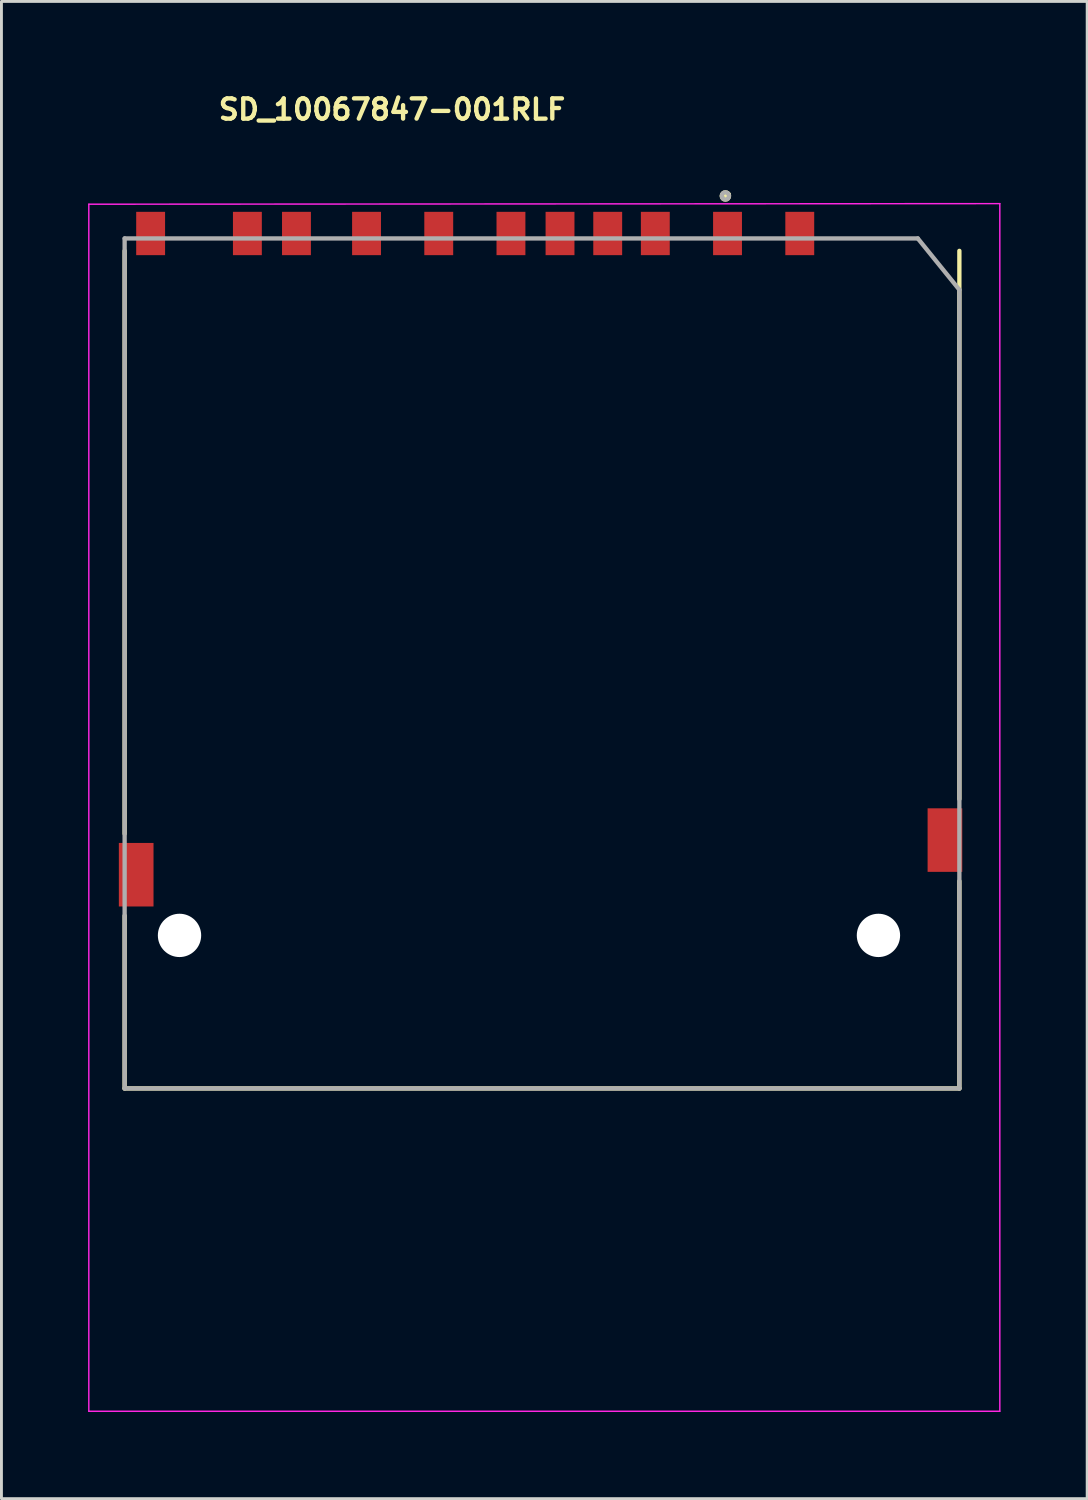
<source format=kicad_pcb>
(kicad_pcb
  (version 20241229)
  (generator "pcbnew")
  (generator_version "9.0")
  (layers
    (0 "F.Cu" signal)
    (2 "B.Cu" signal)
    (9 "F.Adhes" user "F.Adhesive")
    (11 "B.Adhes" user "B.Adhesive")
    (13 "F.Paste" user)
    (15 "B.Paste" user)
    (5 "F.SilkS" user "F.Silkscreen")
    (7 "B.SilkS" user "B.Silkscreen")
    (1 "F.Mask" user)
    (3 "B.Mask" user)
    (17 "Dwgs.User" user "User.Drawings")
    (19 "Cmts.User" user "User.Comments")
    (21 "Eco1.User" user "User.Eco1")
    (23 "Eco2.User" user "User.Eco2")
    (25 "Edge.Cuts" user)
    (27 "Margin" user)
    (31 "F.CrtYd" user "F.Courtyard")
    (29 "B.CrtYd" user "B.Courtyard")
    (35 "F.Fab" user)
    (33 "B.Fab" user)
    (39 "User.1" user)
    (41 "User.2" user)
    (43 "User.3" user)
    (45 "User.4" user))
  (footprint "SD_10067847-001RLF"
    (layer "F.Cu")
    (at 15.765 19.71)
    (property "Reference" "SD_10067847-001RLF" (at -11.325 -18.56 0) (layer "F.SilkS") (effects (font (size 0.7 0.7) (thickness 0.15)) (justify left bottom)))
    (attr smd)
    (fp_line (start -14.5 -14.075) (end -14.5 6.105) (stroke (width 0.15) (type solid)) (layer "F.SilkS"))
    (fp_line (start -14.5 8.942) (end -14.5 14.924) (stroke (width 0.15) (type solid)) (layer "F.SilkS"))
    (fp_line (start -14.5 14.924) (end 14.4 14.924) (stroke (width 0.15) (type solid)) (layer "F.SilkS"))
    (fp_line (start 14.4 -14.075) (end 14.4 4.905) (stroke (width 0.15) (type solid)) (layer "F.SilkS"))
    (fp_line (start 14.4 14.924) (end 14.4 7.745) (stroke (width 0.15) (type solid)) (layer "F.SilkS"))
    (fp_circle (center 6.299 -15.976) (end 6.349 -15.976) (stroke (width 0.15) (type solid)) (fill no) (layer "F.SilkS"))
    (fp_circle (center 6.373 -16.006) (end 6.421 -16.006) (stroke (width 0.15) (type solid)) (fill yes) (layer "F.SilkS"))
    (fp_circle (center 6.373 -16.006) (end 6.421 -16.006) (stroke (width 0.15) (type solid)) (fill yes) (layer "F.SilkS"))
    (fp_line (start -15.74 -15.69) (end 15.8 -15.71) (stroke (width 0.05) (type solid)) (layer "F.CrtYd"))
    (fp_line (start -15.74 26.1) (end -15.74 -15.69) (stroke (width 0.05) (type solid)) (layer "F.CrtYd"))
    (fp_line (start 15.8 -15.71) (end 15.8 26.1) (stroke (width 0.05) (type solid)) (layer "F.CrtYd"))
    (fp_line (start 15.8 26.1) (end -15.74 26.1) (stroke (width 0.05) (type solid)) (layer "F.CrtYd"))
    (fp_line (start -14.5 -14.505) (end 12.961 -14.505) (stroke (width 0.15) (type solid)) (layer "F.Fab"))
    (fp_line (start -14.5 14.924) (end -14.5 -14.505) (stroke (width 0.15) (type solid)) (layer "F.Fab"))
    (fp_line (start 12.961 -14.505) (end 14.4 -12.727) (stroke (width 0.15) (type solid)) (layer "F.Fab"))
    (fp_line (start 14.4 -12.727) (end 14.4 14.924) (stroke (width 0.15) (type solid)) (layer "F.Fab"))
    (fp_line (start 14.4 14.924) (end -14.5 14.924) (stroke (width 0.15) (type solid)) (layer "F.Fab"))
    (fp_circle (center 6.299 -15.976) (end 6.349 -15.976) (stroke (width 0.15) (type solid)) (fill no) (layer "F.Fab"))
    (fp_rect (start -14.225 -15.126) (end 14.224 15.125) (stroke (width 0.15) (type solid)) (fill no) (layer "User.5"))
    (fp_line (start -14.225 -9.625) (end -14.225 -8.125) (stroke (width 0.01) (type solid)) (layer "User.9"))
    (fp_line (start -14.225 -8.125) (end -14.2 -8.125) (stroke (width 0.01) (type solid)) (layer "User.9"))
    (fp_line (start -14.225 12.375) (end -14.225 9.875) (stroke (width 0.01) (type solid)) (layer "User.9"))
    (fp_line (start -14.225 13.125) (end -14.225 15.125) (stroke (width 0.01) (type solid)) (layer "User.9"))
    (fp_line (start -14.225 13.125) (end -13.975 13.125) (stroke (width 0.01) (type solid)) (layer "User.9"))
    (fp_line (start -14.2 -9.625) (end -14.225 -9.625) (stroke (width 0.01) (type solid)) (layer "User.9"))
    (fp_line (start -14.2 9.875) (end -14.225 9.875) (stroke (width 0.01) (type solid)) (layer "User.9"))
    (fp_line (start -14.2 12.375) (end -14.225 12.375) (stroke (width 0.01) (type solid)) (layer "User.9"))
    (fp_line (start -14.2 12.825) (end -14.2 -13.875) (stroke (width 0.01) (type solid)) (layer "User.9"))
    (fp_line (start -14.2 12.825) (end -14.098 12.825) (stroke (width 0.01) (type solid)) (layer "User.9"))
    (fp_line (start -14.098 -13.875) (end -14.2 -13.875) (stroke (width 0.01) (type solid)) (layer "User.9"))
    (fp_line (start -14.098 -13.875) (end -14.098 -13.875) (stroke (width 0.01) (type solid)) (layer "User.9"))
    (fp_line (start -14.098 12.825) (end -14.098 12.825) (stroke (width 0.01) (type solid)) (layer "User.9"))
    (fp_line (start -14.098 12.825) (end -13.85 12.825) (stroke (width 0.01) (type solid)) (layer "User.9"))
    (fp_line (start -13.975 13.125) (end -13.975 12.825) (stroke (width 0.01) (type solid)) (layer "User.9"))
    (fp_line (start -13.85 -13.875) (end -14.098 -13.875) (stroke (width 0.01) (type solid)) (layer "User.9"))
    (fp_line (start -13.85 -13.875) (end 13.849 -13.875) (stroke (width 0.01) (type solid)) (layer "User.9"))
    (fp_line (start -13.776 -14.326) (end -13.776 -15.125) (stroke (width 0.01) (type solid)) (layer "User.9"))
    (fp_line (start -13.776 -14.326) (end -13.575 -14.326) (stroke (width 0.01) (type solid)) (layer "User.9"))
    (fp_line (start -13.575 -15.125) (end -13.776 -15.125) (stroke (width 0.01) (type solid)) (layer "User.9"))
    (fp_line (start -13.575 -14.326) (end -13.475 -14.326) (stroke (width 0.01) (type solid)) (layer "User.9"))
    (fp_line (start -13.475 -15.125) (end -13.575 -15.125) (stroke (width 0.01) (type solid)) (layer "User.9"))
    (fp_line (start -13.475 -13.875) (end -13.475 -15.125) (stroke (width 0.01) (type solid)) (layer "User.9"))
    (fp_line (start -13.325 -15.125) (end -13.475 -15.125) (stroke (width 0.01) (type solid)) (layer "User.9"))
    (fp_line (start -13.325 -13.875) (end -13.325 -15.125) (stroke (width 0.01) (type solid)) (layer "User.9"))
    (fp_line (start -13.26 12.825) (end -13.85 12.825) (stroke (width 0.01) (type solid)) (layer "User.9"))
    (fp_line (start -13.26 13.485) (end -13.244 13.484) (stroke (width 0.01) (type solid)) (layer "User.9"))
    (fp_line (start -13.26 15.125) (end -14.225 15.125) (stroke (width 0.01) (type solid)) (layer "User.9"))
    (fp_line (start -13.26 15.125) (end -13.26 13.485) (stroke (width 0.01) (type solid)) (layer "User.9"))
    (fp_line (start -13.244 12.825) (end -13.26 12.825) (stroke (width 0.01) (type solid)) (layer "User.9"))
    (fp_line (start -13.244 13.484) (end -13.227 13.483) (stroke (width 0.01) (type solid)) (layer "User.9"))
    (fp_line (start -13.227 12.826) (end -13.244 12.825) (stroke (width 0.01) (type solid)) (layer "User.9"))
    (fp_line (start -13.227 13.483) (end -13.21 13.481) (stroke (width 0.01) (type solid)) (layer "User.9"))
    (fp_line (start -13.21 12.828) (end -13.227 12.826) (stroke (width 0.01) (type solid)) (layer "User.9"))
    (fp_line (start -13.21 13.481) (end -13.194 13.478) (stroke (width 0.01) (type solid)) (layer "User.9"))
    (fp_line (start -13.194 12.831) (end -13.21 12.828) (stroke (width 0.01) (type solid)) (layer "User.9"))
    (fp_line (start -13.194 13.478) (end -13.178 13.474) (stroke (width 0.01) (type solid)) (layer "User.9"))
    (fp_line (start -13.178 12.835) (end -13.194 12.831) (stroke (width 0.01) (type solid)) (layer "User.9"))
    (fp_line (start -13.178 13.474) (end -13.162 13.47) (stroke (width 0.01) (type solid)) (layer "User.9"))
    (fp_line (start -13.162 12.839) (end -13.178 12.835) (stroke (width 0.01) (type solid)) (layer "User.9"))
    (fp_line (start -13.162 13.47) (end -13.147 13.465) (stroke (width 0.01) (type solid)) (layer "User.9"))
    (fp_line (start -13.147 12.845) (end -13.162 12.839) (stroke (width 0.01) (type solid)) (layer "User.9"))
    (fp_line (start -13.147 13.465) (end -13.132 13.459) (stroke (width 0.01) (type solid)) (layer "User.9"))
    (fp_line (start -13.132 12.851) (end -13.147 12.845) (stroke (width 0.01) (type solid)) (layer "User.9"))
    (fp_line (start -13.132 13.459) (end -13.117 13.452) (stroke (width 0.01) (type solid)) (layer "User.9"))
    (fp_line (start -13.117 12.857) (end -13.132 12.851) (stroke (width 0.01) (type solid)) (layer "User.9"))
    (fp_line (start -13.117 13.452) (end -13.103 13.445) (stroke (width 0.01) (type solid)) (layer "User.9"))
    (fp_line (start -13.103 12.864) (end -13.117 12.857) (stroke (width 0.01) (type solid)) (layer "User.9"))
    (fp_line (start -13.103 13.445) (end -13.089 13.437) (stroke (width 0.01) (type solid)) (layer "User.9"))
    (fp_line (start -13.089 12.872) (end -13.103 12.864) (stroke (width 0.01) (type solid)) (layer "User.9"))
    (fp_line (start -13.089 13.437) (end -13.076 13.428) (stroke (width 0.01) (type solid)) (layer "User.9"))
    (fp_line (start -13.076 12.881) (end -13.089 12.872) (stroke (width 0.01) (type solid)) (layer "User.9"))
    (fp_line (start -13.076 13.428) (end -13.063 13.419) (stroke (width 0.01) (type solid)) (layer "User.9"))
    (fp_line (start -13.063 12.89) (end -13.076 12.881) (stroke (width 0.01) (type solid)) (layer "User.9"))
    (fp_line (start -13.063 13.419) (end -13.051 13.409) (stroke (width 0.01) (type solid)) (layer "User.9"))
    (fp_line (start -13.051 12.9) (end -13.063 12.89) (stroke (width 0.01) (type solid)) (layer "User.9"))
    (fp_line (start -13.051 13.409) (end -13.039 13.399) (stroke (width 0.01) (type solid)) (layer "User.9"))
    (fp_line (start -13.039 12.91) (end -13.051 12.9) (stroke (width 0.01) (type solid)) (layer "User.9"))
    (fp_line (start -13.039 13.399) (end -13.027 13.388) (stroke (width 0.01) (type solid)) (layer "User.9"))
    (fp_line (start -13.027 12.921) (end -13.039 12.91) (stroke (width 0.01) (type solid)) (layer "User.9"))
    (fp_line (start -13.027 13.388) (end -13.016 13.377) (stroke (width 0.01) (type solid)) (layer "User.9"))
    (fp_line (start -13.016 12.933) (end -13.027 12.921) (stroke (width 0.01) (type solid)) (layer "User.9"))
    (fp_line (start -13.016 13.377) (end -13.006 13.365) (stroke (width 0.01) (type solid)) (layer "User.9"))
    (fp_line (start -13.006 12.945) (end -13.016 12.933) (stroke (width 0.01) (type solid)) (layer "User.9"))
    (fp_line (start -13.006 13.365) (end -12.996 13.352) (stroke (width 0.01) (type solid)) (layer "User.9"))
    (fp_line (start -12.996 12.957) (end -13.006 12.945) (stroke (width 0.01) (type solid)) (layer "User.9"))
    (fp_line (start -12.996 13.352) (end -12.987 13.339) (stroke (width 0.01) (type solid)) (layer "User.9"))
    (fp_line (start -12.987 12.97) (end -12.996 12.957) (stroke (width 0.01) (type solid)) (layer "User.9"))
    (fp_line (start -12.987 13.339) (end -12.978 13.326) (stroke (width 0.01) (type solid)) (layer "User.9"))
    (fp_line (start -12.978 12.984) (end -12.987 12.97) (stroke (width 0.01) (type solid)) (layer "User.9"))
    (fp_line (start -12.978 13.326) (end -12.97 13.312) (stroke (width 0.01) (type solid)) (layer "User.9"))
    (fp_line (start -12.97 12.997) (end -12.978 12.984) (stroke (width 0.01) (type solid)) (layer "User.9"))
    (fp_line (start -12.97 13.312) (end -12.963 13.298) (stroke (width 0.01) (type solid)) (layer "User.9"))
    (fp_line (start -12.963 13.012) (end -12.97 12.997) (stroke (width 0.01) (type solid)) (layer "User.9"))
    (fp_line (start -12.963 13.298) (end -12.956 13.283) (stroke (width 0.01) (type solid)) (layer "User.9"))
    (fp_line (start -12.956 13.026) (end -12.963 13.012) (stroke (width 0.01) (type solid)) (layer "User.9"))
    (fp_line (start -12.956 13.283) (end -12.951 13.268) (stroke (width 0.01) (type solid)) (layer "User.9"))
    (fp_line (start -12.951 13.041) (end -12.956 13.026) (stroke (width 0.01) (type solid)) (layer "User.9"))
    (fp_line (start -12.951 13.268) (end -12.945 13.253) (stroke (width 0.01) (type solid)) (layer "User.9"))
    (fp_line (start -12.945 13.057) (end -12.951 13.041) (stroke (width 0.01) (type solid)) (layer "User.9"))
    (fp_line (start -12.945 13.253) (end -12.941 13.237) (stroke (width 0.01) (type solid)) (layer "User.9"))
    (fp_line (start -12.941 13.072) (end -12.945 13.057) (stroke (width 0.01) (type solid)) (layer "User.9"))
    (fp_line (start -12.941 13.237) (end -12.937 13.221) (stroke (width 0.01) (type solid)) (layer "User.9"))
    (fp_line (start -12.937 13.088) (end -12.941 13.072) (stroke (width 0.01) (type solid)) (layer "User.9"))
    (fp_line (start -12.937 13.221) (end -12.934 13.205) (stroke (width 0.01) (type solid)) (layer "User.9"))
    (fp_line (start -12.934 13.104) (end -12.937 13.088) (stroke (width 0.01) (type solid)) (layer "User.9"))
    (fp_line (start -12.934 13.205) (end -12.932 13.188) (stroke (width 0.01) (type solid)) (layer "User.9"))
    (fp_line (start -12.932 13.121) (end -12.934 13.104) (stroke (width 0.01) (type solid)) (layer "User.9"))
    (fp_line (start -12.932 13.188) (end -12.931 13.172) (stroke (width 0.01) (type solid)) (layer "User.9"))
    (fp_line (start -12.931 13.138) (end -12.932 13.121) (stroke (width 0.01) (type solid)) (layer "User.9"))
    (fp_line (start -12.931 13.172) (end -12.93 13.155) (stroke (width 0.01) (type solid)) (layer "User.9"))
    (fp_line (start -12.93 13.155) (end -12.931 13.138) (stroke (width 0.01) (type solid)) (layer "User.9"))
    (fp_line (start -10.35 -15.125) (end -10.35 -14.476) (stroke (width 0.01) (type solid)) (layer "User.9"))
    (fp_line (start -10.35 -15.125) (end -9.95 -15.125) (stroke (width 0.01) (type solid)) (layer "User.9"))
    (fp_line (start -10.35 -14.476) (end -10.35 -14.247) (stroke (width 0.01) (type solid)) (layer "User.9"))
    (fp_line (start -10.35 -14.247) (end -10.35 -13.875) (stroke (width 0.01) (type solid)) (layer "User.9"))
    (fp_line (start -9.95 -14.476) (end -9.95 -15.125) (stroke (width 0.01) (type solid)) (layer "User.9"))
    (fp_line (start -9.95 -14.247) (end -9.95 -14.476) (stroke (width 0.01) (type solid)) (layer "User.9"))
    (fp_line (start -9.95 -13.875) (end -9.95 -14.247) (stroke (width 0.01) (type solid)) (layer "User.9"))
    (fp_line (start -9.901 1.125) (end -9.901 7.125) (stroke (width 0.01) (type solid)) (layer "User.9"))
    (fp_line (start -9.901 7.125) (end -9.9 7.135) (stroke (width 0.01) (type solid)) (layer "User.9"))
    (fp_line (start -9.9 7.135) (end -9.899 7.145) (stroke (width 0.01) (type solid)) (layer "User.9"))
    (fp_line (start -9.899 7.145) (end -9.898 7.155) (stroke (width 0.01) (type solid)) (layer "User.9"))
    (fp_line (start -9.898 7.155) (end -9.896 7.165) (stroke (width 0.01) (type solid)) (layer "User.9"))
    (fp_line (start -9.896 7.165) (end -9.894 7.175) (stroke (width 0.01) (type solid)) (layer "User.9"))
    (fp_line (start -9.894 7.175) (end -9.891 7.184) (stroke (width 0.01) (type solid)) (layer "User.9"))
    (fp_line (start -9.891 7.184) (end -9.888 7.193) (stroke (width 0.01) (type solid)) (layer "User.9"))
    (fp_line (start -9.888 7.193) (end -9.885 7.202) (stroke (width 0.01) (type solid)) (layer "User.9"))
    (fp_line (start -9.885 7.202) (end -9.881 7.211) (stroke (width 0.01) (type solid)) (layer "User.9"))
    (fp_line (start -9.881 7.211) (end -9.876 7.22) (stroke (width 0.01) (type solid)) (layer "User.9"))
    (fp_line (start -9.88 6.386) (end -9.901 6.405) (stroke (width 0.01) (type solid)) (layer "User.9"))
    (fp_line (start -9.876 7.22) (end -9.871 7.228) (stroke (width 0.01) (type solid)) (layer "User.9"))
    (fp_line (start -9.871 7.228) (end -9.866 7.236) (stroke (width 0.01) (type solid)) (layer "User.9"))
    (fp_line (start -9.866 7.236) (end -9.861 7.244) (stroke (width 0.01) (type solid)) (layer "User.9"))
    (fp_line (start -9.861 6.367) (end -9.88 6.386) (stroke (width 0.01) (type solid)) (layer "User.9"))
    (fp_line (start -9.861 7.244) (end -9.855 7.252) (stroke (width 0.01) (type solid)) (layer "User.9"))
    (fp_line (start -9.855 7.252) (end -9.848 7.259) (stroke (width 0.01) (type solid)) (layer "User.9"))
    (fp_line (start -9.848 7.259) (end -9.842 7.266) (stroke (width 0.01) (type solid)) (layer "User.9"))
    (fp_line (start -9.843 6.347) (end -9.861 6.367) (stroke (width 0.01) (type solid)) (layer "User.9"))
    (fp_line (start -9.842 7.266) (end -9.835 7.272) (stroke (width 0.01) (type solid)) (layer "User.9"))
    (fp_line (start -9.835 7.272) (end -9.828 7.279) (stroke (width 0.01) (type solid)) (layer "User.9"))
    (fp_line (start -9.828 7.279) (end -9.82 7.285) (stroke (width 0.01) (type solid)) (layer "User.9"))
    (fp_line (start -9.826 6.326) (end -9.843 6.347) (stroke (width 0.01) (type solid)) (layer "User.9"))
    (fp_line (start -9.82 7.285) (end -9.812 7.29) (stroke (width 0.01) (type solid)) (layer "User.9"))
    (fp_line (start -9.812 7.29) (end -9.804 7.295) (stroke (width 0.01) (type solid)) (layer "User.9"))
    (fp_line (start -9.811 6.304) (end -9.826 6.326) (stroke (width 0.01) (type solid)) (layer "User.9"))
    (fp_line (start -9.804 7.295) (end -9.796 7.3) (stroke (width 0.01) (type solid)) (layer "User.9"))
    (fp_line (start -9.796 6.281) (end -9.811 6.304) (stroke (width 0.01) (type solid)) (layer "User.9"))
    (fp_line (start -9.796 7.3) (end -9.787 7.305) (stroke (width 0.01) (type solid)) (layer "User.9"))
    (fp_line (start -9.787 7.305) (end -9.778 7.309) (stroke (width 0.01) (type solid)) (layer "User.9"))
    (fp_line (start -9.783 6.258) (end -9.796 6.281) (stroke (width 0.01) (type solid)) (layer "User.9"))
    (fp_line (start -9.778 7.309) (end -9.769 7.312) (stroke (width 0.01) (type solid)) (layer "User.9"))
    (fp_line (start -9.771 6.234) (end -9.783 6.258) (stroke (width 0.01) (type solid)) (layer "User.9"))
    (fp_line (start -9.769 7.312) (end -9.76 7.315) (stroke (width 0.01) (type solid)) (layer "User.9"))
    (fp_line (start -9.761 6.209) (end -9.771 6.234) (stroke (width 0.01) (type solid)) (layer "User.9"))
    (fp_line (start -9.76 7.315) (end -9.75 7.318) (stroke (width 0.01) (type solid)) (layer "User.9"))
    (fp_line (start -9.752 6.184) (end -9.761 6.209) (stroke (width 0.01) (type solid)) (layer "User.9"))
    (fp_line (start -9.75 7.318) (end -9.741 7.32) (stroke (width 0.01) (type solid)) (layer "User.9"))
    (fp_line (start -9.744 6.158) (end -9.752 6.184) (stroke (width 0.01) (type solid)) (layer "User.9"))
    (fp_line (start -9.741 7.32) (end -9.731 7.322) (stroke (width 0.01) (type solid)) (layer "User.9"))
    (fp_line (start -9.737 6.132) (end -9.744 6.158) (stroke (width 0.01) (type solid)) (layer "User.9"))
    (fp_line (start -9.732 6.106) (end -9.737 6.132) (stroke (width 0.01) (type solid)) (layer "User.9"))
    (fp_line (start -9.731 7.322) (end -9.721 7.323) (stroke (width 0.01) (type solid)) (layer "User.9"))
    (fp_line (start -9.728 6.079) (end -9.732 6.106) (stroke (width 0.01) (type solid)) (layer "User.9"))
    (fp_line (start -9.726 6.052) (end -9.728 6.079) (stroke (width 0.01) (type solid)) (layer "User.9"))
    (fp_line (start -9.725 2.23) (end -9.726 2.306) (stroke (width 0.01) (type solid)) (layer "User.9"))
    (fp_line (start -9.725 2.306) (end -9.725 6.025) (stroke (width 0.01) (type solid)) (layer "User.9"))
    (fp_line (start -9.725 6.025) (end -9.726 6.052) (stroke (width 0.01) (type solid)) (layer "User.9"))
    (fp_line (start -9.722 2.154) (end -9.725 2.23) (stroke (width 0.01) (type solid)) (layer "User.9"))
    (fp_line (start -9.721 7.323) (end -9.711 7.324) (stroke (width 0.01) (type solid)) (layer "User.9"))
    (fp_line (start -9.717 2.078) (end -9.722 2.154) (stroke (width 0.01) (type solid)) (layer "User.9"))
    (fp_line (start -9.711 7.324) (end -9.701 7.324) (stroke (width 0.01) (type solid)) (layer "User.9"))
    (fp_line (start -9.71 2.002) (end -9.717 2.078) (stroke (width 0.01) (type solid)) (layer "User.9"))
    (fp_line (start -9.702 1.927) (end -9.71 2.002) (stroke (width 0.01) (type solid)) (layer "User.9"))
    (fp_line (start -9.701 7.324) (end -9.701 7.324) (stroke (width 0.01) (type solid)) (layer "User.9"))
    (fp_line (start -9.701 7.324) (end -9.69 7.324) (stroke (width 0.01) (type solid)) (layer "User.9"))
    (fp_line (start -9.691 1.852) (end -9.702 1.927) (stroke (width 0.01) (type solid)) (layer "User.9"))
    (fp_line (start -9.69 7.324) (end -9.68 7.323) (stroke (width 0.01) (type solid)) (layer "User.9"))
    (fp_line (start -9.68 7.323) (end -9.67 7.322) (stroke (width 0.01) (type solid)) (layer "User.9"))
    (fp_line (start -9.679 1.777) (end -9.691 1.852) (stroke (width 0.01) (type solid)) (layer "User.9"))
    (fp_line (start -9.67 7.322) (end -9.66 7.32) (stroke (width 0.01) (type solid)) (layer "User.9"))
    (fp_line (start -9.664 1.703) (end -9.679 1.777) (stroke (width 0.01) (type solid)) (layer "User.9"))
    (fp_line (start -9.66 7.32) (end -9.651 7.318) (stroke (width 0.01) (type solid)) (layer "User.9"))
    (fp_line (start -9.651 7.318) (end -9.641 7.315) (stroke (width 0.01) (type solid)) (layer "User.9"))
    (fp_line (start -9.648 1.629) (end -9.664 1.703) (stroke (width 0.01) (type solid)) (layer "User.9"))
    (fp_line (start -9.641 7.315) (end -9.632 7.312) (stroke (width 0.01) (type solid)) (layer "User.9"))
    (fp_line (start -9.632 7.312) (end -9.623 7.309) (stroke (width 0.01) (type solid)) (layer "User.9"))
    (fp_line (start -9.63 1.555) (end -9.648 1.629) (stroke (width 0.01) (type solid)) (layer "User.9"))
    (fp_line (start -9.623 7.309) (end -9.614 7.305) (stroke (width 0.01) (type solid)) (layer "User.9"))
    (fp_line (start -9.614 7.305) (end -9.605 7.3) (stroke (width 0.01) (type solid)) (layer "User.9"))
    (fp_line (start -9.61 1.482) (end -9.63 1.555) (stroke (width 0.01) (type solid)) (layer "User.9"))
    (fp_line (start -9.605 7.3) (end -9.597 7.295) (stroke (width 0.01) (type solid)) (layer "User.9"))
    (fp_line (start -9.597 7.295) (end -9.589 7.29) (stroke (width 0.01) (type solid)) (layer "User.9"))
    (fp_line (start -9.589 1.41) (end -9.61 1.482) (stroke (width 0.01) (type solid)) (layer "User.9"))
    (fp_line (start -9.589 7.29) (end -9.581 7.285) (stroke (width 0.01) (type solid)) (layer "User.9"))
    (fp_line (start -9.581 7.285) (end -9.573 7.279) (stroke (width 0.01) (type solid)) (layer "User.9"))
    (fp_line (start -9.573 7.279) (end -9.566 7.273) (stroke (width 0.01) (type solid)) (layer "User.9"))
    (fp_line (start -9.566 7.273) (end -9.559 7.266) (stroke (width 0.01) (type solid)) (layer "User.9"))
    (fp_line (start -9.565 1.337) (end -9.589 1.41) (stroke (width 0.01) (type solid)) (layer "User.9"))
    (fp_line (start -9.559 7.266) (end -9.553 7.259) (stroke (width 0.01) (type solid)) (layer "User.9"))
    (fp_line (start -9.553 7.259) (end -9.546 7.252) (stroke (width 0.01) (type solid)) (layer "User.9"))
    (fp_line (start -9.546 7.252) (end -9.54 7.244) (stroke (width 0.01) (type solid)) (layer "User.9"))
    (fp_line (start -9.54 1.266) (end -9.565 1.337) (stroke (width 0.01) (type solid)) (layer "User.9"))
    (fp_line (start -9.54 7.244) (end -9.535 7.236) (stroke (width 0.01) (type solid)) (layer "User.9"))
    (fp_line (start -9.535 7.236) (end -9.53 7.228) (stroke (width 0.01) (type solid)) (layer "User.9"))
    (fp_line (start -9.53 7.228) (end -9.525 7.22) (stroke (width 0.01) (type solid)) (layer "User.9"))
    (fp_line (start -9.525 7.22) (end -9.52 7.211) (stroke (width 0.01) (type solid)) (layer "User.9"))
    (fp_line (start -9.52 7.211) (end -9.516 7.202) (stroke (width 0.01) (type solid)) (layer "User.9"))
    (fp_line (start -9.516 7.202) (end -9.513 7.193) (stroke (width 0.01) (type solid)) (layer "User.9"))
    (fp_line (start -9.513 7.193) (end -9.51 7.184) (stroke (width 0.01) (type solid)) (layer "User.9"))
    (fp_line (start -9.512 1.195) (end -9.54 1.266) (stroke (width 0.01) (type solid)) (layer "User.9"))
    (fp_line (start -9.51 7.184) (end -9.507 7.175) (stroke (width 0.01) (type solid)) (layer "User.9"))
    (fp_line (start -9.507 7.175) (end -9.505 7.165) (stroke (width 0.01) (type solid)) (layer "User.9"))
    (fp_line (start -9.505 7.165) (end -9.503 7.155) (stroke (width 0.01) (type solid)) (layer "User.9"))
    (fp_line (start -9.503 7.155) (end -9.502 7.145) (stroke (width 0.01) (type solid)) (layer "User.9"))
    (fp_line (start -9.502 7.145) (end -9.501 7.135) (stroke (width 0.01) (type solid)) (layer "User.9"))
    (fp_line (start -9.501 7.135) (end -9.5 7.125) (stroke (width 0.01) (type solid)) (layer "User.9"))
    (fp_line (start -9.5 1.825) (end -9.5 1.852) (stroke (width 0.01) (type solid)) (layer "User.9"))
    (fp_line (start -9.5 1.852) (end -7.901 1.852) (stroke (width 0.01) (type solid)) (layer "User.9"))
    (fp_line (start -9.5 2.516) (end -9.5 1.852) (stroke (width 0.01) (type solid)) (layer "User.9"))
    (fp_line (start -9.5 2.516) (end -9.5 2.787) (stroke (width 0.01) (type solid)) (layer "User.9"))
    (fp_line (start -9.5 2.787) (end -9.5 4.035) (stroke (width 0.01) (type solid)) (layer "User.9"))
    (fp_line (start -9.5 4.035) (end -9.5 4.278) (stroke (width 0.01) (type solid)) (layer "User.9"))
    (fp_line (start -9.5 7.125) (end -9.5 4.278) (stroke (width 0.01) (type solid)) (layer "User.9"))
    (fp_line (start -9.483 1.125) (end -9.512 1.195) (stroke (width 0.01) (type solid)) (layer "User.9"))
    (fp_line (start -8.651 -15.125) (end -8.651 -14.476) (stroke (width 0.01) (type solid)) (layer "User.9"))
    (fp_line (start -8.651 -15.125) (end -8.25 -15.125) (stroke (width 0.01) (type solid)) (layer "User.9"))
    (fp_line (start -8.651 -14.476) (end -8.651 -14.247) (stroke (width 0.01) (type solid)) (layer "User.9"))
    (fp_line (start -8.651 -14.247) (end -8.651 -13.875) (stroke (width 0.01) (type solid)) (layer "User.9"))
    (fp_line (start -8.25 -14.476) (end -8.25 -15.125) (stroke (width 0.01) (type solid)) (layer "User.9"))
    (fp_line (start -8.25 -14.247) (end -8.25 -14.476) (stroke (width 0.01) (type solid)) (layer "User.9"))
    (fp_line (start -8.25 -13.875) (end -8.25 -14.247) (stroke (width 0.01) (type solid)) (layer "User.9"))
    (fp_line (start -7.901 1.825) (end -9.5 1.825) (stroke (width 0.01) (type solid)) (layer "User.9"))
    (fp_line (start -7.901 1.852) (end -7.901 1.825) (stroke (width 0.01) (type solid)) (layer "User.9"))
    (fp_line (start -7.901 2.516) (end -7.901 1.852) (stroke (width 0.01) (type solid)) (layer "User.9"))
    (fp_line (start -7.901 2.787) (end -7.901 2.516) (stroke (width 0.01) (type solid)) (layer "User.9"))
    (fp_line (start -7.901 4.035) (end -7.901 2.787) (stroke (width 0.01) (type solid)) (layer "User.9"))
    (fp_line (start -7.901 4.278) (end -7.901 4.035) (stroke (width 0.01) (type solid)) (layer "User.9"))
    (fp_line (start -7.901 4.278) (end -7.901 7.125) (stroke (width 0.01) (type solid)) (layer "User.9"))
    (fp_line (start -7.901 7.125) (end -7.9 7.138) (stroke (width 0.01) (type solid)) (layer "User.9"))
    (fp_line (start -7.9 7.138) (end -7.899 7.151) (stroke (width 0.01) (type solid)) (layer "User.9"))
    (fp_line (start -7.899 7.151) (end -7.897 7.164) (stroke (width 0.01) (type solid)) (layer "User.9"))
    (fp_line (start -7.897 7.164) (end -7.894 7.177) (stroke (width 0.01) (type solid)) (layer "User.9"))
    (fp_line (start -7.894 7.177) (end -7.89 7.189) (stroke (width 0.01) (type solid)) (layer "User.9"))
    (fp_line (start -7.89 7.189) (end -7.885 7.201) (stroke (width 0.01) (type solid)) (layer "User.9"))
    (fp_line (start -7.885 7.201) (end -7.88 7.213) (stroke (width 0.01) (type solid)) (layer "User.9"))
    (fp_line (start -7.88 7.213) (end -7.874 7.225) (stroke (width 0.01) (type solid)) (layer "User.9"))
    (fp_line (start -7.874 7.225) (end -7.867 7.236) (stroke (width 0.01) (type solid)) (layer "User.9"))
    (fp_line (start -7.867 7.236) (end -7.859 7.246) (stroke (width 0.01) (type solid)) (layer "User.9"))
    (fp_line (start -7.859 7.246) (end -7.851 7.256) (stroke (width 0.01) (type solid)) (layer "User.9"))
    (fp_line (start -7.851 7.256) (end -7.842 7.266) (stroke (width 0.01) (type solid)) (layer "User.9"))
    (fp_line (start -7.842 7.266) (end -7.833 7.275) (stroke (width 0.01) (type solid)) (layer "User.9"))
    (fp_line (start -7.833 7.275) (end -7.823 7.283) (stroke (width 0.01) (type solid)) (layer "User.9"))
    (fp_line (start -7.823 7.283) (end -7.812 7.291) (stroke (width 0.01) (type solid)) (layer "User.9"))
    (fp_line (start -7.812 7.291) (end -7.8 7.298) (stroke (width 0.01) (type solid)) (layer "User.9"))
    (fp_line (start -7.8 7.298) (end -7.8 7.298) (stroke (width 0.01) (type solid)) (layer "User.9"))
    (fp_line (start -7.8 7.298) (end -7.789 7.304) (stroke (width 0.01) (type solid)) (layer "User.9"))
    (fp_line (start -7.789 7.304) (end -7.777 7.31) (stroke (width 0.01) (type solid)) (layer "User.9"))
    (fp_line (start -7.777 7.31) (end -7.764 7.314) (stroke (width 0.01) (type solid)) (layer "User.9"))
    (fp_line (start -7.764 7.314) (end -7.752 7.318) (stroke (width 0.01) (type solid)) (layer "User.9"))
    (fp_line (start -7.752 7.318) (end -7.739 7.321) (stroke (width 0.01) (type solid)) (layer "User.9"))
    (fp_line (start -7.739 7.321) (end -7.726 7.323) (stroke (width 0.01) (type solid)) (layer "User.9"))
    (fp_line (start -7.726 7.323) (end -7.713 7.324) (stroke (width 0.01) (type solid)) (layer "User.9"))
    (fp_line (start -7.713 7.324) (end -7.701 7.325) (stroke (width 0.01) (type solid)) (layer "User.9"))
    (fp_line (start -7.701 7.325) (end -7.688 7.324) (stroke (width 0.01) (type solid)) (layer "User.9"))
    (fp_line (start -7.688 7.324) (end -7.675 7.323) (stroke (width 0.01) (type solid)) (layer "User.9"))
    (fp_line (start -7.675 7.323) (end -7.662 7.321) (stroke (width 0.01) (type solid)) (layer "User.9"))
    (fp_line (start -7.662 7.321) (end -7.649 7.318) (stroke (width 0.01) (type solid)) (layer "User.9"))
    (fp_line (start -7.649 7.318) (end -7.637 7.314) (stroke (width 0.01) (type solid)) (layer "User.9"))
    (fp_line (start -7.637 7.314) (end -7.624 7.31) (stroke (width 0.01) (type solid)) (layer "User.9"))
    (fp_line (start -7.624 7.31) (end -7.612 7.304) (stroke (width 0.01) (type solid)) (layer "User.9"))
    (fp_line (start -7.612 7.304) (end -7.6 7.298) (stroke (width 0.01) (type solid)) (layer "User.9"))
    (fp_line (start -7.6 7.298) (end -7.6 7.298) (stroke (width 0.01) (type solid)) (layer "User.9"))
    (fp_line (start -7.6 7.298) (end -7.595 7.294) (stroke (width 0.01) (type solid)) (layer "User.9"))
    (fp_line (start -7.595 7.294) (end -7.589 7.291) (stroke (width 0.01) (type solid)) (layer "User.9"))
    (fp_line (start -7.589 7.291) (end -7.584 7.287) (stroke (width 0.01) (type solid)) (layer "User.9"))
    (fp_line (start -7.584 7.287) (end -7.578 7.283) (stroke (width 0.01) (type solid)) (layer "User.9"))
    (fp_line (start -7.578 7.283) (end -7.573 7.279) (stroke (width 0.01) (type solid)) (layer "User.9"))
    (fp_line (start -7.573 7.279) (end -7.568 7.275) (stroke (width 0.01) (type solid)) (layer "User.9"))
    (fp_line (start -7.568 7.275) (end -7.563 7.27) (stroke (width 0.01) (type solid)) (layer "User.9"))
    (fp_line (start -7.563 7.27) (end -7.559 7.266) (stroke (width 0.01) (type solid)) (layer "User.9"))
    (fp_line (start -7.559 7.266) (end -7.554 7.261) (stroke (width 0.01) (type solid)) (layer "User.9"))
    (fp_line (start -7.554 7.261) (end -7.55 7.256) (stroke (width 0.01) (type solid)) (layer "User.9"))
    (fp_line (start -7.55 7.256) (end -7.546 7.251) (stroke (width 0.01) (type solid)) (layer "User.9"))
    (fp_line (start -7.546 7.251) (end -7.542 7.246) (stroke (width 0.01) (type solid)) (layer "User.9"))
    (fp_line (start -7.542 7.246) (end -7.538 7.241) (stroke (width 0.01) (type solid)) (layer "User.9"))
    (fp_line (start -7.538 7.241) (end -7.534 7.236) (stroke (width 0.01) (type solid)) (layer "User.9"))
    (fp_line (start -7.534 7.236) (end -7.531 7.23) (stroke (width 0.01) (type solid)) (layer "User.9"))
    (fp_line (start -7.531 7.23) (end -7.527 7.225) (stroke (width 0.01) (type solid)) (layer "User.9"))
    (fp_line (start -7.527 7.225) (end -7.524 7.219) (stroke (width 0.01) (type solid)) (layer "User.9"))
    (fp_line (start -7.524 7.219) (end -7.521 7.213) (stroke (width 0.01) (type solid)) (layer "User.9"))
    (fp_line (start -7.521 7.213) (end -7.518 7.207) (stroke (width 0.01) (type solid)) (layer "User.9"))
    (fp_line (start -7.518 7.207) (end -7.516 7.201) (stroke (width 0.01) (type solid)) (layer "User.9"))
    (fp_line (start -7.516 7.201) (end -7.513 7.195) (stroke (width 0.01) (type solid)) (layer "User.9"))
    (fp_line (start -7.513 7.195) (end -7.511 7.189) (stroke (width 0.01) (type solid)) (layer "User.9"))
    (fp_line (start -7.511 7.189) (end -7.509 7.183) (stroke (width 0.01) (type solid)) (layer "User.9"))
    (fp_line (start -7.509 7.183) (end -7.507 7.177) (stroke (width 0.01) (type solid)) (layer "User.9"))
    (fp_line (start -7.507 7.177) (end -7.506 7.171) (stroke (width 0.01) (type solid)) (layer "User.9"))
    (fp_line (start -7.506 7.171) (end -7.504 7.164) (stroke (width 0.01) (type solid)) (layer "User.9"))
    (fp_line (start -7.504 7.164) (end -7.503 7.158) (stroke (width 0.01) (type solid)) (layer "User.9"))
    (fp_line (start -7.503 7.158) (end -7.502 7.151) (stroke (width 0.01) (type solid)) (layer "User.9"))
    (fp_line (start -7.502 7.151) (end -7.501 7.145) (stroke (width 0.01) (type solid)) (layer "User.9"))
    (fp_line (start -7.501 7.131) (end -7.5 7.125) (stroke (width 0.01) (type solid)) (layer "User.9"))
    (fp_line (start -7.501 7.138) (end -7.501 7.131) (stroke (width 0.01) (type solid)) (layer "User.9"))
    (fp_line (start -7.501 7.145) (end -7.501 7.138) (stroke (width 0.01) (type solid)) (layer "User.9"))
    (fp_line (start -7.5 1.125) (end -9.901 1.125) (stroke (width 0.01) (type solid)) (layer "User.9"))
    (fp_line (start -7.5 7.125) (end -7.5 1.125) (stroke (width 0.01) (type solid)) (layer "User.9"))
    (fp_line (start -6.225 -15.125) (end -6.225 -14.476) (stroke (width 0.01) (type solid)) (layer "User.9"))
    (fp_line (start -6.225 -15.125) (end -5.826 -15.125) (stroke (width 0.01) (type solid)) (layer "User.9"))
    (fp_line (start -6.225 -14.476) (end -6.225 -14.247) (stroke (width 0.01) (type solid)) (layer "User.9"))
    (fp_line (start -6.225 -14.247) (end -6.225 -13.875) (stroke (width 0.01) (type solid)) (layer "User.9"))
    (fp_line (start -5.826 -14.476) (end -5.826 -15.125) (stroke (width 0.01) (type solid)) (layer "User.9"))
    (fp_line (start -5.826 -14.247) (end -5.826 -14.476) (stroke (width 0.01) (type solid)) (layer "User.9"))
    (fp_line (start -5.826 -13.875) (end -5.826 -14.247) (stroke (width 0.01) (type solid)) (layer "User.9"))
    (fp_line (start -3.726 -15.125) (end -3.726 -14.476) (stroke (width 0.01) (type solid)) (layer "User.9"))
    (fp_line (start -3.726 -15.125) (end -3.326 -15.125) (stroke (width 0.01) (type solid)) (layer "User.9"))
    (fp_line (start -3.726 -14.476) (end -3.726 -14.247) (stroke (width 0.01) (type solid)) (layer "User.9"))
    (fp_line (start -3.726 -14.247) (end -3.726 -13.875) (stroke (width 0.01) (type solid)) (layer "User.9"))
    (fp_line (start -3.326 -14.476) (end -3.326 -15.125) (stroke (width 0.01) (type solid)) (layer "User.9"))
    (fp_line (start -3.326 -14.247) (end -3.326 -14.476) (stroke (width 0.01) (type solid)) (layer "User.9"))
    (fp_line (start -3.326 -13.875) (end -3.326 -14.247) (stroke (width 0.01) (type solid)) (layer "User.9"))
    (fp_line (start -1.226 -15.126) (end -1.226 -14.476) (stroke (width 0.01) (type solid)) (layer "User.9"))
    (fp_line (start -1.226 -14.476) (end -1.226 -14.247) (stroke (width 0.01) (type solid)) (layer "User.9"))
    (fp_line (start -1.226 -14.247) (end -1.226 -13.875) (stroke (width 0.01) (type solid)) (layer "User.9"))
    (fp_line (start -0.825 -15.126) (end -1.226 -15.126) (stroke (width 0.01) (type solid)) (layer "User.9"))
    (fp_line (start -0.825 -14.476) (end -0.825 -15.126) (stroke (width 0.01) (type solid)) (layer "User.9"))
    (fp_line (start -0.825 -14.247) (end -0.825 -14.476) (stroke (width 0.01) (type solid)) (layer "User.9"))
    (fp_line (start -0.825 -13.875) (end -0.825 -14.247) (stroke (width 0.01) (type solid)) (layer "User.9"))
    (fp_line (start 0.474 -15.126) (end 0.474 -14.476) (stroke (width 0.01) (type solid)) (layer "User.9"))
    (fp_line (start 0.474 -14.476) (end 0.474 -14.247) (stroke (width 0.01) (type solid)) (layer "User.9"))
    (fp_line (start 0.474 -14.247) (end 0.474 -13.875) (stroke (width 0.01) (type solid)) (layer "User.9"))
    (fp_line (start 0.874 -15.126) (end 0.474 -15.126) (stroke (width 0.01) (type solid)) (layer "User.9"))
    (fp_line (start 0.874 -14.476) (end 0.874 -15.126) (stroke (width 0.01) (type solid)) (layer "User.9"))
    (fp_line (start 0.874 -14.247) (end 0.874 -14.476) (stroke (width 0.01) (type solid)) (layer "User.9"))
    (fp_line (start 0.874 -13.875) (end 0.874 -14.247) (stroke (width 0.01) (type solid)) (layer "User.9"))
    (fp_line (start 2.124 -15.126) (end 2.124 -14.576) (stroke (width 0.01) (type solid)) (layer "User.9"))
    (fp_line (start 2.124 -14.576) (end 2.124 -14.426) (stroke (width 0.01) (type solid)) (layer "User.9"))
    (fp_line (start 2.124 -14.426) (end 2.124 -14.323) (stroke (width 0.01) (type solid)) (layer "User.9"))
    (fp_line (start 2.124 -14.426) (end 2.524 -14.426) (stroke (width 0.01) (type solid)) (layer "User.9"))
    (fp_line (start 2.124 -14.323) (end 2.124 -14.323) (stroke (width 0.01) (type solid)) (layer "User.9"))
    (fp_line (start 2.124 -14.323) (end 2.124 -14.076) (stroke (width 0.01) (type solid)) (layer "User.9"))
    (fp_line (start 2.124 -13.875) (end 2.124 -14.076) (stroke (width 0.01) (type solid)) (layer "User.9"))
    (fp_line (start 2.524 -15.126) (end 2.124 -15.126) (stroke (width 0.01) (type solid)) (layer "User.9"))
    (fp_line (start 2.524 -14.576) (end 2.524 -15.126) (stroke (width 0.01) (type solid)) (layer "User.9"))
    (fp_line (start 2.524 -14.426) (end 2.124 -14.426) (stroke (width 0.01) (type solid)) (layer "User.9"))
    (fp_line (start 2.524 -14.426) (end 2.524 -14.576) (stroke (width 0.01) (type solid)) (layer "User.9"))
    (fp_line (start 2.524 -14.323) (end 2.524 -14.426) (stroke (width 0.01) (type solid)) (layer "User.9"))
    (fp_line (start 2.524 -14.323) (end 2.524 -14.323) (stroke (width 0.01) (type solid)) (layer "User.9"))
    (fp_line (start 2.524 -14.076) (end 2.524 -14.323) (stroke (width 0.01) (type solid)) (layer "User.9"))
    (fp_line (start 2.524 -13.875) (end 2.524 -14.076) (stroke (width 0.01) (type solid)) (layer "User.9"))
    (fp_line (start 3.775 -15.126) (end 3.775 -14.476) (stroke (width 0.01) (type solid)) (layer "User.9"))
    (fp_line (start 3.775 -14.476) (end 3.775 -14.247) (stroke (width 0.01) (type solid)) (layer "User.9"))
    (fp_line (start 3.775 -14.247) (end 3.775 -13.937) (stroke (width 0.01) (type solid)) (layer "User.9"))
    (fp_line (start 3.775 -13.937) (end 3.775 -13.875) (stroke (width 0.01) (type solid)) (layer "User.9"))
    (fp_line (start 4.174 -15.126) (end 3.775 -15.126) (stroke (width 0.01) (type solid)) (layer "User.9"))
    (fp_line (start 4.174 -14.476) (end 4.174 -15.126) (stroke (width 0.01) (type solid)) (layer "User.9"))
    (fp_line (start 4.174 -14.247) (end 4.174 -14.476) (stroke (width 0.01) (type solid)) (layer "User.9"))
    (fp_line (start 4.174 -13.937) (end 4.174 -14.247) (stroke (width 0.01) (type solid)) (layer "User.9"))
    (fp_line (start 4.174 -13.875) (end 4.174 -13.937) (stroke (width 0.01) (type solid)) (layer "User.9"))
    (fp_line (start 6.275 -15.126) (end 6.275 -14.476) (stroke (width 0.01) (type solid)) (layer "User.9"))
    (fp_line (start 6.275 -14.476) (end 6.275 -14.247) (stroke (width 0.01) (type solid)) (layer "User.9"))
    (fp_line (start 6.275 -14.247) (end 6.275 -13.937) (stroke (width 0.01) (type solid)) (layer "User.9"))
    (fp_line (start 6.275 -13.937) (end 6.275 -13.875) (stroke (width 0.01) (type solid)) (layer "User.9"))
    (fp_line (start 6.674 -15.126) (end 6.275 -15.126) (stroke (width 0.01) (type solid)) (layer "User.9"))
    (fp_line (start 6.674 -14.476) (end 6.674 -15.126) (stroke (width 0.01) (type solid)) (layer "User.9"))
    (fp_line (start 6.674 -14.247) (end 6.674 -14.476) (stroke (width 0.01) (type solid)) (layer "User.9"))
    (fp_line (start 6.674 -13.937) (end 6.674 -14.247) (stroke (width 0.01) (type solid)) (layer "User.9"))
    (fp_line (start 6.674 -13.875) (end 6.674 -13.937) (stroke (width 0.01) (type solid)) (layer "User.9"))
    (fp_line (start 7.499 1.125) (end 7.499 7.125) (stroke (width 0.01) (type solid)) (layer "User.9"))
    (fp_line (start 7.499 7.125) (end 7.5 7.135) (stroke (width 0.01) (type solid)) (layer "User.9"))
    (fp_line (start 7.5 7.135) (end 7.501 7.145) (stroke (width 0.01) (type solid)) (layer "User.9"))
    (fp_line (start 7.501 7.145) (end 7.502 7.155) (stroke (width 0.01) (type solid)) (layer "User.9"))
    (fp_line (start 7.502 7.155) (end 7.504 7.165) (stroke (width 0.01) (type solid)) (layer "User.9"))
    (fp_line (start 7.504 7.165) (end 7.506 7.175) (stroke (width 0.01) (type solid)) (layer "User.9"))
    (fp_line (start 7.506 7.175) (end 7.509 7.184) (stroke (width 0.01) (type solid)) (layer "User.9"))
    (fp_line (start 7.509 7.184) (end 7.512 7.193) (stroke (width 0.01) (type solid)) (layer "User.9"))
    (fp_line (start 7.512 7.193) (end 7.515 7.202) (stroke (width 0.01) (type solid)) (layer "User.9"))
    (fp_line (start 7.515 7.202) (end 7.519 7.211) (stroke (width 0.01) (type solid)) (layer "User.9"))
    (fp_line (start 7.519 7.211) (end 7.524 7.22) (stroke (width 0.01) (type solid)) (layer "User.9"))
    (fp_line (start 7.524 7.22) (end 7.529 7.228) (stroke (width 0.01) (type solid)) (layer "User.9"))
    (fp_line (start 7.529 7.228) (end 7.534 7.236) (stroke (width 0.01) (type solid)) (layer "User.9"))
    (fp_line (start 7.534 7.236) (end 7.539 7.244) (stroke (width 0.01) (type solid)) (layer "User.9"))
    (fp_line (start 7.539 7.244) (end 7.545 7.252) (stroke (width 0.01) (type solid)) (layer "User.9"))
    (fp_line (start 7.545 7.252) (end 7.552 7.259) (stroke (width 0.01) (type solid)) (layer "User.9"))
    (fp_line (start 7.552 7.259) (end 7.558 7.266) (stroke (width 0.01) (type solid)) (layer "User.9"))
    (fp_line (start 7.558 7.266) (end 7.565 7.272) (stroke (width 0.01) (type solid)) (layer "User.9"))
    (fp_line (start 7.565 7.272) (end 7.572 7.279) (stroke (width 0.01) (type solid)) (layer "User.9"))
    (fp_line (start 7.572 7.279) (end 7.58 7.285) (stroke (width 0.01) (type solid)) (layer "User.9"))
    (fp_line (start 7.58 7.285) (end 7.588 7.29) (stroke (width 0.01) (type solid)) (layer "User.9"))
    (fp_line (start 7.588 7.29) (end 7.596 7.295) (stroke (width 0.01) (type solid)) (layer "User.9"))
    (fp_line (start 7.596 7.295) (end 7.604 7.3) (stroke (width 0.01) (type solid)) (layer "User.9"))
    (fp_line (start 7.604 7.3) (end 7.613 7.305) (stroke (width 0.01) (type solid)) (layer "User.9"))
    (fp_line (start 7.613 7.305) (end 7.622 7.309) (stroke (width 0.01) (type solid)) (layer "User.9"))
    (fp_line (start 7.622 7.309) (end 7.631 7.312) (stroke (width 0.01) (type solid)) (layer "User.9"))
    (fp_line (start 7.631 7.312) (end 7.64 7.315) (stroke (width 0.01) (type solid)) (layer "User.9"))
    (fp_line (start 7.64 7.315) (end 7.65 7.318) (stroke (width 0.01) (type solid)) (layer "User.9"))
    (fp_line (start 7.65 7.318) (end 7.659 7.32) (stroke (width 0.01) (type solid)) (layer "User.9"))
    (fp_line (start 7.659 7.32) (end 7.669 7.322) (stroke (width 0.01) (type solid)) (layer "User.9"))
    (fp_line (start 7.669 7.322) (end 7.679 7.323) (stroke (width 0.01) (type solid)) (layer "User.9"))
    (fp_line (start 7.679 7.323) (end 7.689 7.324) (stroke (width 0.01) (type solid)) (layer "User.9"))
    (fp_line (start 7.689 7.324) (end 7.699 7.324) (stroke (width 0.01) (type solid)) (layer "User.9"))
    (fp_line (start 7.699 7.324) (end 7.699 7.324) (stroke (width 0.01) (type solid)) (layer "User.9"))
    (fp_line (start 7.699 7.324) (end 7.71 7.324) (stroke (width 0.01) (type solid)) (layer "User.9"))
    (fp_line (start 7.71 7.324) (end 7.72 7.323) (stroke (width 0.01) (type solid)) (layer "User.9"))
    (fp_line (start 7.72 7.323) (end 7.73 7.322) (stroke (width 0.01) (type solid)) (layer "User.9"))
    (fp_line (start 7.73 7.322) (end 7.74 7.32) (stroke (width 0.01) (type solid)) (layer "User.9"))
    (fp_line (start 7.74 7.32) (end 7.749 7.318) (stroke (width 0.01) (type solid)) (layer "User.9"))
    (fp_line (start 7.749 7.318) (end 7.759 7.315) (stroke (width 0.01) (type solid)) (layer "User.9"))
    (fp_line (start 7.759 7.315) (end 7.768 7.312) (stroke (width 0.01) (type solid)) (layer "User.9"))
    (fp_line (start 7.768 7.312) (end 7.777 7.309) (stroke (width 0.01) (type solid)) (layer "User.9"))
    (fp_line (start 7.777 7.309) (end 7.786 7.305) (stroke (width 0.01) (type solid)) (layer "User.9"))
    (fp_line (start 7.786 7.305) (end 7.795 7.3) (stroke (width 0.01) (type solid)) (layer "User.9"))
    (fp_line (start 7.795 7.3) (end 7.803 7.295) (stroke (width 0.01) (type solid)) (layer "User.9"))
    (fp_line (start 7.803 7.295) (end 7.811 7.29) (stroke (width 0.01) (type solid)) (layer "User.9"))
    (fp_line (start 7.811 7.29) (end 7.819 7.285) (stroke (width 0.01) (type solid)) (layer "User.9"))
    (fp_line (start 7.819 7.285) (end 7.827 7.279) (stroke (width 0.01) (type solid)) (layer "User.9"))
    (fp_line (start 7.827 7.279) (end 7.834 7.273) (stroke (width 0.01) (type solid)) (layer "User.9"))
    (fp_line (start 7.834 7.273) (end 7.841 7.266) (stroke (width 0.01) (type solid)) (layer "User.9"))
    (fp_line (start 7.841 7.266) (end 7.847 7.259) (stroke (width 0.01) (type solid)) (layer "User.9"))
    (fp_line (start 7.847 7.259) (end 7.854 7.252) (stroke (width 0.01) (type solid)) (layer "User.9"))
    (fp_line (start 7.854 7.252) (end 7.86 7.244) (stroke (width 0.01) (type solid)) (layer "User.9"))
    (fp_line (start 7.86 7.244) (end 7.865 7.236) (stroke (width 0.01) (type solid)) (layer "User.9"))
    (fp_line (start 7.865 7.236) (end 7.87 7.228) (stroke (width 0.01) (type solid)) (layer "User.9"))
    (fp_line (start 7.87 7.228) (end 7.875 7.22) (stroke (width 0.01) (type solid)) (layer "User.9"))
    (fp_line (start 7.875 7.22) (end 7.88 7.211) (stroke (width 0.01) (type solid)) (layer "User.9"))
    (fp_line (start 7.88 7.211) (end 7.884 7.202) (stroke (width 0.01) (type solid)) (layer "User.9"))
    (fp_line (start 7.884 7.202) (end 7.887 7.193) (stroke (width 0.01) (type solid)) (layer "User.9"))
    (fp_line (start 7.887 7.193) (end 7.89 7.184) (stroke (width 0.01) (type solid)) (layer "User.9"))
    (fp_line (start 7.89 7.184) (end 7.893 7.175) (stroke (width 0.01) (type solid)) (layer "User.9"))
    (fp_line (start 7.893 7.175) (end 7.895 7.165) (stroke (width 0.01) (type solid)) (layer "User.9"))
    (fp_line (start 7.895 7.165) (end 7.897 7.155) (stroke (width 0.01) (type solid)) (layer "User.9"))
    (fp_line (start 7.897 7.155) (end 7.898 7.145) (stroke (width 0.01) (type solid)) (layer "User.9"))
    (fp_line (start 7.898 7.145) (end 7.899 7.135) (stroke (width 0.01) (type solid)) (layer "User.9"))
    (fp_line (start 7.899 7.135) (end 7.9 7.125) (stroke (width 0.01) (type solid)) (layer "User.9"))
    (fp_line (start 7.9 1.825) (end 7.9 1.852) (stroke (width 0.01) (type solid)) (layer "User.9"))
    (fp_line (start 7.9 1.852) (end 9.499 1.852) (stroke (width 0.01) (type solid)) (layer "User.9"))
    (fp_line (start 7.9 2.516) (end 7.9 1.852) (stroke (width 0.01) (type solid)) (layer "User.9"))
    (fp_line (start 7.9 2.516) (end 7.9 2.787) (stroke (width 0.01) (type solid)) (layer "User.9"))
    (fp_line (start 7.9 2.787) (end 7.9 4.035) (stroke (width 0.01) (type solid)) (layer "User.9"))
    (fp_line (start 7.9 4.035) (end 7.9 4.278) (stroke (width 0.01) (type solid)) (layer "User.9"))
    (fp_line (start 7.9 7.125) (end 7.9 4.278) (stroke (width 0.01) (type solid)) (layer "User.9"))
    (fp_line (start 8.767 1.209) (end 8.732 1.125) (stroke (width 0.01) (type solid)) (layer "User.9"))
    (fp_line (start 8.775 -15.126) (end 8.775 -14.476) (stroke (width 0.01) (type solid)) (layer "User.9"))
    (fp_line (start 8.775 -14.476) (end 8.775 -14.247) (stroke (width 0.01) (type solid)) (layer "User.9"))
    (fp_line (start 8.775 -14.247) (end 8.775 -13.937) (stroke (width 0.01) (type solid)) (layer "User.9"))
    (fp_line (start 8.775 -13.937) (end 8.775 -13.875) (stroke (width 0.01) (type solid)) (layer "User.9"))
    (fp_line (start 8.799 1.295) (end 8.767 1.209) (stroke (width 0.01) (type solid)) (layer "User.9"))
    (fp_line (start 8.829 1.381) (end 8.799 1.295) (stroke (width 0.01) (type solid)) (layer "User.9"))
    (fp_line (start 8.855 1.468) (end 8.829 1.381) (stroke (width 0.01) (type solid)) (layer "User.9"))
    (fp_line (start 8.879 1.556) (end 8.855 1.468) (stroke (width 0.01) (type solid)) (layer "User.9"))
    (fp_line (start 8.901 1.645) (end 8.879 1.556) (stroke (width 0.01) (type solid)) (layer "User.9"))
    (fp_line (start 8.92 1.735) (end 8.901 1.645) (stroke (width 0.01) (type solid)) (layer "User.9"))
    (fp_line (start 8.936 1.825) (end 8.92 1.735) (stroke (width 0.01) (type solid)) (layer "User.9"))
    (fp_line (start 9.175 -15.126) (end 8.775 -15.126) (stroke (width 0.01) (type solid)) (layer "User.9"))
    (fp_line (start 9.175 -14.476) (end 9.175 -15.126) (stroke (width 0.01) (type solid)) (layer "User.9"))
    (fp_line (start 9.175 -14.247) (end 9.175 -14.476) (stroke (width 0.01) (type solid)) (layer "User.9"))
    (fp_line (start 9.175 -13.937) (end 9.175 -14.247) (stroke (width 0.01) (type solid)) (layer "User.9"))
    (fp_line (start 9.175 -13.875) (end 9.175 -13.937) (stroke (width 0.01) (type solid)) (layer "User.9"))
    (fp_line (start 9.499 1.825) (end 7.9 1.825) (stroke (width 0.01) (type solid)) (layer "User.9"))
    (fp_line (start 9.499 1.852) (end 9.499 1.825) (stroke (width 0.01) (type solid)) (layer "User.9"))
    (fp_line (start 9.499 2.516) (end 9.499 1.852) (stroke (width 0.01) (type solid)) (layer "User.9"))
    (fp_line (start 9.499 2.787) (end 9.499 2.516) (stroke (width 0.01) (type solid)) (layer "User.9"))
    (fp_line (start 9.499 4.035) (end 9.499 2.787) (stroke (width 0.01) (type solid)) (layer "User.9"))
    (fp_line (start 9.499 4.278) (end 9.499 4.035) (stroke (width 0.01) (type solid)) (layer "User.9"))
    (fp_line (start 9.499 4.278) (end 9.499 7.125) (stroke (width 0.01) (type solid)) (layer "User.9"))
    (fp_line (start 9.499 7.125) (end 9.5 7.135) (stroke (width 0.01) (type solid)) (layer "User.9"))
    (fp_line (start 9.5 7.135) (end 9.501 7.145) (stroke (width 0.01) (type solid)) (layer "User.9"))
    (fp_line (start 9.501 7.145) (end 9.502 7.155) (stroke (width 0.01) (type solid)) (layer "User.9"))
    (fp_line (start 9.502 7.155) (end 9.504 7.165) (stroke (width 0.01) (type solid)) (layer "User.9"))
    (fp_line (start 9.504 7.165) (end 9.506 7.175) (stroke (width 0.01) (type solid)) (layer "User.9"))
    (fp_line (start 9.506 7.175) (end 9.509 7.184) (stroke (width 0.01) (type solid)) (layer "User.9"))
    (fp_line (start 9.509 7.184) (end 9.512 7.193) (stroke (width 0.01) (type solid)) (layer "User.9"))
    (fp_line (start 9.512 7.193) (end 9.515 7.202) (stroke (width 0.01) (type solid)) (layer "User.9"))
    (fp_line (start 9.515 7.202) (end 9.519 7.211) (stroke (width 0.01) (type solid)) (layer "User.9"))
    (fp_line (start 9.519 7.211) (end 9.524 7.22) (stroke (width 0.01) (type solid)) (layer "User.9"))
    (fp_line (start 9.524 7.22) (end 9.529 7.228) (stroke (width 0.01) (type solid)) (layer "User.9"))
    (fp_line (start 9.529 7.228) (end 9.534 7.236) (stroke (width 0.01) (type solid)) (layer "User.9"))
    (fp_line (start 9.534 7.236) (end 9.539 7.244) (stroke (width 0.01) (type solid)) (layer "User.9"))
    (fp_line (start 9.539 7.244) (end 9.545 7.252) (stroke (width 0.01) (type solid)) (layer "User.9"))
    (fp_line (start 9.545 7.252) (end 9.552 7.259) (stroke (width 0.01) (type solid)) (layer "User.9"))
    (fp_line (start 9.552 7.259) (end 9.558 7.266) (stroke (width 0.01) (type solid)) (layer "User.9"))
    (fp_line (start 9.558 7.266) (end 9.565 7.272) (stroke (width 0.01) (type solid)) (layer "User.9"))
    (fp_line (start 9.565 7.272) (end 9.572 7.279) (stroke (width 0.01) (type solid)) (layer "User.9"))
    (fp_line (start 9.572 7.279) (end 9.58 7.285) (stroke (width 0.01) (type solid)) (layer "User.9"))
    (fp_line (start 9.58 7.285) (end 9.588 7.29) (stroke (width 0.01) (type solid)) (layer "User.9"))
    (fp_line (start 9.588 7.29) (end 9.596 7.295) (stroke (width 0.01) (type solid)) (layer "User.9"))
    (fp_line (start 9.596 7.295) (end 9.604 7.3) (stroke (width 0.01) (type solid)) (layer "User.9"))
    (fp_line (start 9.604 7.3) (end 9.613 7.305) (stroke (width 0.01) (type solid)) (layer "User.9"))
    (fp_line (start 9.613 7.305) (end 9.622 7.309) (stroke (width 0.01) (type solid)) (layer "User.9"))
    (fp_line (start 9.622 7.309) (end 9.631 7.312) (stroke (width 0.01) (type solid)) (layer "User.9"))
    (fp_line (start 9.631 7.312) (end 9.64 7.315) (stroke (width 0.01) (type solid)) (layer "User.9"))
    (fp_line (start 9.64 7.315) (end 9.65 7.318) (stroke (width 0.01) (type solid)) (layer "User.9"))
    (fp_line (start 9.65 7.318) (end 9.659 7.32) (stroke (width 0.01) (type solid)) (layer "User.9"))
    (fp_line (start 9.659 7.32) (end 9.669 7.322) (stroke (width 0.01) (type solid)) (layer "User.9"))
    (fp_line (start 9.669 7.322) (end 9.679 7.323) (stroke (width 0.01) (type solid)) (layer "User.9"))
    (fp_line (start 9.679 7.323) (end 9.689 7.324) (stroke (width 0.01) (type solid)) (layer "User.9"))
    (fp_line (start 9.689 7.324) (end 9.699 7.324) (stroke (width 0.01) (type solid)) (layer "User.9"))
    (fp_line (start 9.699 7.324) (end 9.699 7.324) (stroke (width 0.01) (type solid)) (layer "User.9"))
    (fp_line (start 9.699 7.324) (end 9.71 7.324) (stroke (width 0.01) (type solid)) (layer "User.9"))
    (fp_line (start 9.71 7.324) (end 9.72 7.323) (stroke (width 0.01) (type solid)) (layer "User.9"))
    (fp_line (start 9.72 7.323) (end 9.73 7.322) (stroke (width 0.01) (type solid)) (layer "User.9"))
    (fp_line (start 9.73 7.322) (end 9.74 7.32) (stroke (width 0.01) (type solid)) (layer "User.9"))
    (fp_line (start 9.74 7.32) (end 9.749 7.318) (stroke (width 0.01) (type solid)) (layer "User.9"))
    (fp_line (start 9.749 7.318) (end 9.759 7.315) (stroke (width 0.01) (type solid)) (layer "User.9"))
    (fp_line (start 9.759 7.315) (end 9.768 7.312) (stroke (width 0.01) (type solid)) (layer "User.9"))
    (fp_line (start 9.768 7.312) (end 9.777 7.309) (stroke (width 0.01) (type solid)) (layer "User.9"))
    (fp_line (start 9.777 7.309) (end 9.786 7.305) (stroke (width 0.01) (type solid)) (layer "User.9"))
    (fp_line (start 9.786 7.305) (end 9.795 7.3) (stroke (width 0.01) (type solid)) (layer "User.9"))
    (fp_line (start 9.795 7.3) (end 9.803 7.295) (stroke (width 0.01) (type solid)) (layer "User.9"))
    (fp_line (start 9.803 7.295) (end 9.811 7.29) (stroke (width 0.01) (type solid)) (layer "User.9"))
    (fp_line (start 9.811 7.29) (end 9.819 7.285) (stroke (width 0.01) (type solid)) (layer "User.9"))
    (fp_line (start 9.819 7.285) (end 9.827 7.279) (stroke (width 0.01) (type solid)) (layer "User.9"))
    (fp_line (start 9.827 7.279) (end 9.834 7.273) (stroke (width 0.01) (type solid)) (layer "User.9"))
    (fp_line (start 9.834 7.273) (end 9.841 7.266) (stroke (width 0.01) (type solid)) (layer "User.9"))
    (fp_line (start 9.841 7.266) (end 9.847 7.259) (stroke (width 0.01) (type solid)) (layer "User.9"))
    (fp_line (start 9.847 7.259) (end 9.854 7.252) (stroke (width 0.01) (type solid)) (layer "User.9"))
    (fp_line (start 9.854 7.252) (end 9.86 7.244) (stroke (width 0.01) (type solid)) (layer "User.9"))
    (fp_line (start 9.86 7.244) (end 9.865 7.236) (stroke (width 0.01) (type solid)) (layer "User.9"))
    (fp_line (start 9.865 7.236) (end 9.87 7.228) (stroke (width 0.01) (type solid)) (layer "User.9"))
    (fp_line (start 9.87 7.228) (end 9.875 7.22) (stroke (width 0.01) (type solid)) (layer "User.9"))
    (fp_line (start 9.875 7.22) (end 9.88 7.211) (stroke (width 0.01) (type solid)) (layer "User.9"))
    (fp_line (start 9.88 7.211) (end 9.884 7.202) (stroke (width 0.01) (type solid)) (layer "User.9"))
    (fp_line (start 9.884 7.202) (end 9.887 7.193) (stroke (width 0.01) (type solid)) (layer "User.9"))
    (fp_line (start 9.887 7.193) (end 9.89 7.184) (stroke (width 0.01) (type solid)) (layer "User.9"))
    (fp_line (start 9.89 7.184) (end 9.893 7.175) (stroke (width 0.01) (type solid)) (layer "User.9"))
    (fp_line (start 9.893 7.175) (end 9.895 7.165) (stroke (width 0.01) (type solid)) (layer "User.9"))
    (fp_line (start 9.895 7.165) (end 9.897 7.155) (stroke (width 0.01) (type solid)) (layer "User.9"))
    (fp_line (start 9.897 7.155) (end 9.898 7.145) (stroke (width 0.01) (type solid)) (layer "User.9"))
    (fp_line (start 9.898 7.145) (end 9.899 7.135) (stroke (width 0.01) (type solid)) (layer "User.9"))
    (fp_line (start 9.899 7.135) (end 9.9 7.125) (stroke (width 0.01) (type solid)) (layer "User.9"))
    (fp_line (start 9.9 1.125) (end 7.499 1.125) (stroke (width 0.01) (type solid)) (layer "User.9"))
    (fp_line (start 9.9 1.125) (end 9.9 7.125) (stroke (width 0.01) (type solid)) (layer "User.9"))
    (fp_line (start 9.9 6.514) (end 9.499 6.514) (stroke (width 0.01) (type solid)) (layer "User.9"))
    (fp_line (start 12.929 13.155) (end 12.93 13.172) (stroke (width 0.01) (type solid)) (layer "User.9"))
    (fp_line (start 12.93 13.138) (end 12.929 13.155) (stroke (width 0.01) (type solid)) (layer "User.9"))
    (fp_line (start 12.93 13.172) (end 12.931 13.188) (stroke (width 0.01) (type solid)) (layer "User.9"))
    (fp_line (start 12.931 13.121) (end 12.93 13.138) (stroke (width 0.01) (type solid)) (layer "User.9"))
    (fp_line (start 12.931 13.188) (end 12.933 13.205) (stroke (width 0.01) (type solid)) (layer "User.9"))
    (fp_line (start 12.933 13.104) (end 12.931 13.121) (stroke (width 0.01) (type solid)) (layer "User.9"))
    (fp_line (start 12.933 13.205) (end 12.936 13.221) (stroke (width 0.01) (type solid)) (layer "User.9"))
    (fp_line (start 12.936 13.088) (end 12.933 13.104) (stroke (width 0.01) (type solid)) (layer "User.9"))
    (fp_line (start 12.936 13.221) (end 12.94 13.237) (stroke (width 0.01) (type solid)) (layer "User.9"))
    (fp_line (start 12.94 13.072) (end 12.936 13.088) (stroke (width 0.01) (type solid)) (layer "User.9"))
    (fp_line (start 12.94 13.237) (end 12.944 13.253) (stroke (width 0.01) (type solid)) (layer "User.9"))
    (fp_line (start 12.944 13.057) (end 12.94 13.072) (stroke (width 0.01) (type solid)) (layer "User.9"))
    (fp_line (start 12.944 13.253) (end 12.95 13.268) (stroke (width 0.01) (type solid)) (layer "User.9"))
    (fp_line (start 12.95 13.041) (end 12.944 13.057) (stroke (width 0.01) (type solid)) (layer "User.9"))
    (fp_line (start 12.95 13.268) (end 12.955 13.283) (stroke (width 0.01) (type solid)) (layer "User.9"))
    (fp_line (start 12.955 13.026) (end 12.95 13.041) (stroke (width 0.01) (type solid)) (layer "User.9"))
    (fp_line (start 12.955 13.283) (end 12.962 13.298) (stroke (width 0.01) (type solid)) (layer "User.9"))
    (fp_line (start 12.962 13.012) (end 12.955 13.026) (stroke (width 0.01) (type solid)) (layer "User.9"))
    (fp_line (start 12.962 13.298) (end 12.969 13.312) (stroke (width 0.01) (type solid)) (layer "User.9"))
    (fp_line (start 12.969 12.997) (end 12.962 13.012) (stroke (width 0.01) (type solid)) (layer "User.9"))
    (fp_line (start 12.969 13.312) (end 12.977 13.326) (stroke (width 0.01) (type solid)) (layer "User.9"))
    (fp_line (start 12.977 12.984) (end 12.969 12.997) (stroke (width 0.01) (type solid)) (layer "User.9"))
    (fp_line (start 12.977 13.326) (end 12.986 13.339) (stroke (width 0.01) (type solid)) (layer "User.9"))
    (fp_line (start 12.986 12.97) (end 12.977 12.984) (stroke (width 0.01) (type solid)) (layer "User.9"))
    (fp_line (start 12.986 13.339) (end 12.995 13.352) (stroke (width 0.01) (type solid)) (layer "User.9"))
    (fp_line (start 12.995 12.957) (end 12.986 12.97) (stroke (width 0.01) (type solid)) (layer "User.9"))
    (fp_line (start 12.995 13.352) (end 13.005 13.365) (stroke (width 0.01) (type solid)) (layer "User.9"))
    (fp_line (start 13.005 12.945) (end 12.995 12.957) (stroke (width 0.01) (type solid)) (layer "User.9"))
    (fp_line (start 13.005 13.365) (end 13.015 13.377) (stroke (width 0.01) (type solid)) (layer "User.9"))
    (fp_line (start 13.015 12.933) (end 13.005 12.945) (stroke (width 0.01) (type solid)) (layer "User.9"))
    (fp_line (start 13.015 13.377) (end 13.026 13.388) (stroke (width 0.01) (type solid)) (layer "User.9"))
    (fp_line (start 13.026 12.921) (end 13.015 12.933) (stroke (width 0.01) (type solid)) (layer "User.9"))
    (fp_line (start 13.026 13.388) (end 13.038 13.399) (stroke (width 0.01) (type solid)) (layer "User.9"))
    (fp_line (start 13.038 12.91) (end 13.026 12.921) (stroke (width 0.01) (type solid)) (layer "User.9"))
    (fp_line (start 13.038 13.399) (end 13.05 13.409) (stroke (width 0.01) (type solid)) (layer "User.9"))
    (fp_line (start 13.05 12.9) (end 13.038 12.91) (stroke (width 0.01) (type solid)) (layer "User.9"))
    (fp_line (start 13.05 13.409) (end 13.062 13.419) (stroke (width 0.01) (type solid)) (layer "User.9"))
    (fp_line (start 13.062 12.89) (end 13.05 12.9) (stroke (width 0.01) (type solid)) (layer "User.9"))
    (fp_line (start 13.062 13.419) (end 13.075 13.428) (stroke (width 0.01) (type solid)) (layer "User.9"))
    (fp_line (start 13.075 12.881) (end 13.062 12.89) (stroke (width 0.01) (type solid)) (layer "User.9"))
    (fp_line (start 13.075 13.428) (end 13.088 13.437) (stroke (width 0.01) (type solid)) (layer "User.9"))
    (fp_line (start 13.088 12.872) (end 13.075 12.881) (stroke (width 0.01) (type solid)) (layer "User.9"))
    (fp_line (start 13.088 13.437) (end 13.102 13.445) (stroke (width 0.01) (type solid)) (layer "User.9"))
    (fp_line (start 13.102 12.864) (end 13.088 12.872) (stroke (width 0.01) (type solid)) (layer "User.9"))
    (fp_line (start 13.102 13.445) (end 13.116 13.452) (stroke (width 0.01) (type solid)) (layer "User.9"))
    (fp_line (start 13.116 12.857) (end 13.102 12.864) (stroke (width 0.01) (type solid)) (layer "User.9"))
    (fp_line (start 13.116 13.452) (end 13.131 13.459) (stroke (width 0.01) (type solid)) (layer "User.9"))
    (fp_line (start 13.131 12.851) (end 13.116 12.857) (stroke (width 0.01) (type solid)) (layer "User.9"))
    (fp_line (start 13.131 13.459) (end 13.146 13.465) (stroke (width 0.01) (type solid)) (layer "User.9"))
    (fp_line (start 13.146 12.845) (end 13.131 12.851) (stroke (width 0.01) (type solid)) (layer "User.9"))
    (fp_line (start 13.146 13.465) (end 13.161 13.47) (stroke (width 0.01) (type solid)) (layer "User.9"))
    (fp_line (start 13.161 12.839) (end 13.146 12.845) (stroke (width 0.01) (type solid)) (layer "User.9"))
    (fp_line (start 13.161 13.47) (end 13.177 13.474) (stroke (width 0.01) (type solid)) (layer "User.9"))
    (fp_line (start 13.177 12.835) (end 13.161 12.839) (stroke (width 0.01) (type solid)) (layer "User.9"))
    (fp_line (start 13.177 13.474) (end 13.193 13.478) (stroke (width 0.01) (type solid)) (layer "User.9"))
    (fp_line (start 13.193 12.831) (end 13.177 12.835) (stroke (width 0.01) (type solid)) (layer "User.9"))
    (fp_line (start 13.193 13.478) (end 13.209 13.481) (stroke (width 0.01) (type solid)) (layer "User.9"))
    (fp_line (start 13.209 12.828) (end 13.193 12.831) (stroke (width 0.01) (type solid)) (layer "User.9"))
    (fp_line (start 13.209 13.481) (end 13.226 13.483) (stroke (width 0.01) (type solid)) (layer "User.9"))
    (fp_line (start 13.226 12.826) (end 13.209 12.828) (stroke (width 0.01) (type solid)) (layer "User.9"))
    (fp_line (start 13.226 13.483) (end 13.243 13.484) (stroke (width 0.01) (type solid)) (layer "User.9"))
    (fp_line (start 13.243 12.825) (end 13.226 12.826) (stroke (width 0.01) (type solid)) (layer "User.9"))
    (fp_line (start 13.243 13.484) (end 13.259 13.485) (stroke (width 0.01) (type solid)) (layer "User.9"))
    (fp_line (start 13.259 12.825) (end 13.243 12.825) (stroke (width 0.01) (type solid)) (layer "User.9"))
    (fp_line (start 13.259 12.825) (end 13.849 12.825) (stroke (width 0.01) (type solid)) (layer "User.9"))
    (fp_line (start 13.259 13.485) (end 13.259 15.125) (stroke (width 0.01) (type solid)) (layer "User.9"))
    (fp_line (start 13.259 15.125) (end -13.26 15.125) (stroke (width 0.01) (type solid)) (layer "User.9"))
    (fp_line (start 13.849 12.825) (end 14.097 12.825) (stroke (width 0.01) (type solid)) (layer "User.9"))
    (fp_line (start 13.974 12.825) (end 13.974 13.125) (stroke (width 0.01) (type solid)) (layer "User.9"))
    (fp_line (start 13.974 13.125) (end 14.224 13.125) (stroke (width 0.01) (type solid)) (layer "User.9"))
    (fp_line (start 14.097 -13.875) (end 13.849 -13.875) (stroke (width 0.01) (type solid)) (layer "User.9"))
    (fp_line (start 14.097 -13.875) (end 14.097 -13.875) (stroke (width 0.01) (type solid)) (layer "User.9"))
    (fp_line (start 14.097 12.825) (end 14.097 12.825) (stroke (width 0.01) (type solid)) (layer "User.9"))
    (fp_line (start 14.097 12.825) (end 14.199 12.825) (stroke (width 0.01) (type solid)) (layer "User.9"))
    (fp_line (start 14.199 -13.875) (end 14.097 -13.875) (stroke (width 0.01) (type solid)) (layer "User.9"))
    (fp_line (start 14.199 -13.875) (end 14.199 12.825) (stroke (width 0.01) (type solid)) (layer "User.9"))
    (fp_line (start 14.199 -8.125) (end 14.224 -8.125) (stroke (width 0.01) (type solid)) (layer "User.9"))
    (fp_line (start 14.199 7.225) (end 14.199 5.425) (stroke (width 0.01) (type solid)) (layer "User.9"))
    (fp_line (start 14.224 -9.625) (end 14.199 -9.625) (stroke (width 0.01) (type solid)) (layer "User.9"))
    (fp_line (start 14.224 -9.625) (end 14.224 -8.125) (stroke (width 0.01) (type solid)) (layer "User.9"))
    (fp_line (start 14.224 9.875) (end 14.199 9.875) (stroke (width 0.01) (type solid)) (layer "User.9"))
    (fp_line (start 14.224 12.375) (end 14.199 12.375) (stroke (width 0.01) (type solid)) (layer "User.9"))
    (fp_line (start 14.224 12.375) (end 14.224 9.875) (stroke (width 0.01) (type solid)) (layer "User.9"))
    (fp_line (start 14.224 13.125) (end 14.224 15.125) (stroke (width 0.01) (type solid)) (layer "User.9"))
    (fp_line (start 14.224 15.125) (end 13.259 15.125) (stroke (width 0.01) (type solid)) (layer "User.9"))
    (pad "" np_thru_hole circle (at -12.6 9.625) (size 1.5 1.5) (drill 1.5) (layers "*.Cu" "*.Mask"))
    (pad "" np_thru_hole circle (at 11.598 9.625) (size 1.5 1.5) (drill 1.5) (layers "*.Cu" "*.Mask"))
    (pad "1" smd rect (at 6.373 -14.676) (size 1 1.5) (layers "F.Cu" "F.Mask" "F.Paste"))
    (pad "2" smd rect (at 3.873 -14.676) (size 1 1.5) (layers "F.Cu" "F.Mask" "F.Paste"))
    (pad "3" smd rect (at 0.574 -14.676) (size 1 1.5) (layers "F.Cu" "F.Mask" "F.Paste"))
    (pad "4" smd rect (at -1.125 -14.676) (size 1 1.5) (layers "F.Cu" "F.Mask" "F.Paste"))
    (pad "5" smd rect (at -3.625 -14.676) (size 1 1.5) (layers "F.Cu" "F.Mask" "F.Paste"))
    (pad "6" smd rect (at -6.125 -14.676) (size 1 1.5) (layers "F.Cu" "F.Mask" "F.Paste"))
    (pad "7" smd rect (at -8.551 -14.676) (size 1 1.5) (layers "F.Cu" "F.Mask" "F.Paste"))
    (pad "8" smd rect (at -10.25 -14.676) (size 1 1.5) (layers "F.Cu" "F.Mask" "F.Paste"))
    (pad "9" smd rect (at 8.874 -14.676) (size 1 1.5) (layers "F.Cu" "F.Mask" "F.Paste"))
    (pad "CD" smd rect (at 2.225 -14.676) (size 1 1.5) (layers "F.Cu" "F.Mask" "F.Paste"))
    (pad "G1" smd rect (at -14.1 7.524) (size 1.2 2.2) (layers "F.Cu" "F.Mask" "F.Paste"))
    (pad "G2" smd rect (at 13.9 6.325) (size 1.2 2.2) (layers "F.Cu" "F.Mask" "F.Paste"))
    (pad "WP" smd rect (at -13.6 -14.676) (size 1 1.5) (layers "F.Cu" "F.Mask" "F.Paste"))
    (zone (net_name "") (layer "F.Cu") (hatch full 0.508) (connect_pads) (min_thickness 0.01) (filled_areas_thickness no) (keepout (tracks not_allowed) (vias not_allowed) (pads not_allowed) (copperpour not_allowed) (footprints allowed)) (placement (enabled no)) (fill) (polygon (pts (xy 0.565 14.835) (xy 1.765 14.835) (xy 1.765 21.135) (xy 0.565 21.135))))
    (zone (net_name "") (layer "F.Cu") (hatch full 0.508) (connect_pads) (min_thickness 0.01) (filled_areas_thickness no) (keepout (tracks not_allowed) (vias not_allowed) (pads not_allowed) (copperpour not_allowed) (footprints allowed)) (placement (enabled no)) (fill) (polygon (pts (xy 4.954 11.734) (xy 6.053 11.734) (xy 6.053 13.735) (xy 4.954 13.735))))
    (zone (net_name "") (layer "F.Cu") (hatch full 0.508) (connect_pads) (min_thickness 0.01) (filled_areas_thickness no) (keepout (tracks not_allowed) (vias not_allowed) (pads not_allowed) (copperpour not_allowed) (footprints allowed)) (placement (enabled no)) (fill) (polygon (pts (xy 6.655 11.734) (xy 7.755 11.734) (xy 7.755 13.735) (xy 6.655 13.735))))
    (zone (net_name "") (layer "F.Cu") (hatch full 0.508) (connect_pads) (min_thickness 0.01) (filled_areas_thickness no) (keepout (tracks not_allowed) (vias not_allowed) (pads not_allowed) (copperpour not_allowed) (footprints allowed)) (placement (enabled no)) (fill) (polygon (pts (xy 9.085 11.734) (xy 10.185 11.734) (xy 10.185 13.735) (xy 9.085 13.735))))
    (zone (net_name "") (layer "F.Cu") (hatch full 0.508) (connect_pads) (min_thickness 0.01) (filled_areas_thickness no) (keepout (tracks not_allowed) (vias not_allowed) (pads not_allowed) (copperpour not_allowed) (footprints allowed)) (placement (enabled no)) (fill) (polygon (pts (xy 11.584 11.734) (xy 12.684 11.734) (xy 12.684 13.735) (xy 11.584 13.735))))
    (zone (net_name "") (layer "F.Cu") (hatch full 0.508) (connect_pads) (min_thickness 0.01) (filled_areas_thickness no) (keepout (tracks not_allowed) (vias not_allowed) (pads not_allowed) (copperpour not_allowed) (footprints allowed)) (placement (enabled no)) (fill) (polygon (pts (xy 14.085 12.135) (xy 15.185 12.135) (xy 15.185 14.135) (xy 14.085 14.135))))
    (zone (net_name "") (layer "F.Cu") (hatch full 0.508) (connect_pads) (min_thickness 0.01) (filled_areas_thickness no) (keepout (tracks not_allowed) (vias not_allowed) (pads not_allowed) (copperpour not_allowed) (footprints allowed)) (placement (enabled no)) (fill) (polygon (pts (xy 16.185 11.635) (xy 18.083 11.635) (xy 18.083 14.135) (xy 16.185 14.135))))
    (zone (net_name "") (layer "F.Cu") (hatch full 0.508) (connect_pads) (min_thickness 0.01) (filled_areas_thickness no) (keepout (tracks not_allowed) (vias not_allowed) (pads not_allowed) (copperpour not_allowed) (footprints allowed)) (placement (enabled no)) (fill) (polygon (pts (xy 19.082 11.835) (xy 20.183 11.835) (xy 20.183 13.835) (xy 19.082 13.835))))
    (zone (net_name "") (layer "F.Cu") (hatch full 0.508) (connect_pads) (min_thickness 0.01) (filled_areas_thickness no) (keepout (tracks not_allowed) (vias not_allowed) (pads not_allowed) (copperpour not_allowed) (footprints allowed)) (placement (enabled no)) (fill) (polygon (pts (xy 21.585 11.034) (xy 22.681 11.034) (xy 22.681 13.534) (xy 21.585 13.534))))
    (zone (net_name "") (layer "F.Cu") (hatch full 0.508) (connect_pads) (min_thickness 0.01) (filled_areas_thickness no) (keepout (tracks not_allowed) (vias not_allowed) (pads not_allowed) (copperpour not_allowed) (footprints allowed)) (placement (enabled no)) (fill) (polygon (pts (xy 24.085 14.135) (xy 25.184 14.135) (xy 25.184 16.135) (xy 24.085 16.135)))))
  (gr_rect
    (start -3 -3)
    (end 34.59 48.835)
    (stroke (width 0.1) (type default))
    (fill no)
    (layer "Edge.Cuts")))
</source>
